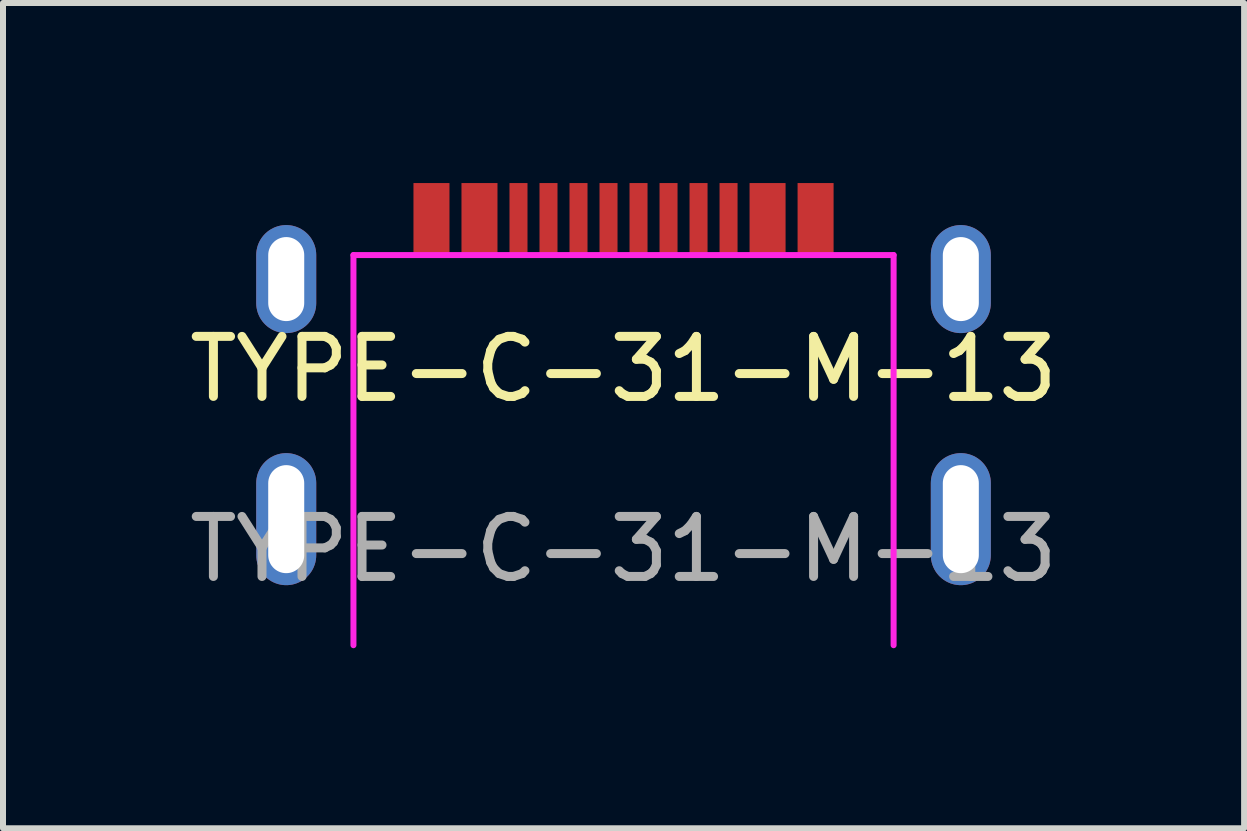
<source format=kicad_pcb>
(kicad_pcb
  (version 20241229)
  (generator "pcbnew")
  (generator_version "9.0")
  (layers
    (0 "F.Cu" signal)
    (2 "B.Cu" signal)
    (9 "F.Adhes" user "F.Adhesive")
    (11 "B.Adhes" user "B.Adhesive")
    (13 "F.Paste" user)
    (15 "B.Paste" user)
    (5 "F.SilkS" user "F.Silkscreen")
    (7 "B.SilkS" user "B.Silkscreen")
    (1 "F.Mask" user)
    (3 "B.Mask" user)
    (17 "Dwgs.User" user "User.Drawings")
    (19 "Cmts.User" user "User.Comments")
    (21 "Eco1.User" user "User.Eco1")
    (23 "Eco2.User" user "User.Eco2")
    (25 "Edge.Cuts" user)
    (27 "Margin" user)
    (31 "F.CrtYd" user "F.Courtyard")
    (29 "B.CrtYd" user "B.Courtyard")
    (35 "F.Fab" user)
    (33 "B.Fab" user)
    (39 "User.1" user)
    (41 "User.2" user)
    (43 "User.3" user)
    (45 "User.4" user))
  (footprint "TYPE-C-31-M-13"
    (layer "F.Cu")
    (at 7.339 3.6)
    (property "Reference" "TYPE-C-31-M-13" (at 0 -0.5 0) (unlocked yes) (layer "F.SilkS") (effects (font (size 1 1) (thickness 0.15))))
    (attr smd)
    (fp_line (start -4.5 -2.4) (end -4.5 4.1) (stroke (width 0.1) (type solid)) (layer "F.CrtYd"))
    (fp_line (start 4.5 -2.4) (end -4.5 -2.4) (stroke (width 0.1) (type solid)) (layer "F.CrtYd"))
    (fp_line (start 4.5 4.1) (end 4.5 -2.4) (stroke (width 0.1) (type solid)) (layer "F.CrtYd"))
    (fp_text user "${REFERENCE}" (at 0 2.5 0) (unlocked yes) (layer "F.Fab") (effects (font (size 1 1) (thickness 0.15))))
    (pad "A1" smd rect (at -3.2 -3) (size 0.6 1.2) (layers "F.Cu" "F.Mask" "F.Paste"))
    (pad "A1" smd rect (at 3.2 -3) (size 0.6 1.2) (layers "F.Cu" "F.Mask" "F.Paste"))
    (pad "A4" smd rect (at -2.4 -3) (size 0.6 1.2) (layers "F.Cu" "F.Mask" "F.Paste"))
    (pad "A4" smd rect (at 2.4 -3) (size 0.6 1.2) (layers "F.Cu" "F.Mask" "F.Paste"))
    (pad "A5" smd rect (at -1.25 -3) (size 0.3 1.2) (layers "F.Cu" "F.Mask" "F.Paste"))
    (pad "A6" smd rect (at -0.25 -3) (size 0.3 1.2) (layers "F.Cu" "F.Mask" "F.Paste"))
    (pad "A7" smd rect (at 0.25 -3) (size 0.3 1.2) (layers "F.Cu" "F.Mask" "F.Paste"))
    (pad "A8" smd rect (at 1.25 -3) (size 0.3 1.2) (layers "F.Cu" "F.Mask" "F.Paste"))
    (pad "B5" smd rect (at 1.75 -3) (size 0.3 1.2) (layers "F.Cu" "F.Mask" "F.Paste"))
    (pad "B6" smd rect (at 0.75 -3) (size 0.3 1.2) (layers "F.Cu" "F.Mask" "F.Paste"))
    (pad "B7" smd rect (at -0.75 -3) (size 0.3 1.2) (layers "F.Cu" "F.Mask" "F.Paste"))
    (pad "B8" smd rect (at -1.75 -3) (size 0.3 1.2) (layers "F.Cu" "F.Mask" "F.Paste"))
    (pad "S1" thru_hole oval (at -5.62 -2) (size 1 1.8) (drill oval 0.6 1.4) (layers "*.Cu" "*.Mask"))
    (pad "S1" thru_hole oval (at -5.62 2) (size 1 2.2) (drill oval 0.6 1.8) (layers "*.Cu" "*.Mask"))
    (pad "S1" thru_hole oval (at 5.62 -2) (size 1 1.8) (drill oval 0.6 1.4) (layers "*.Cu" "*.Mask"))
    (pad "S1" thru_hole oval (at 5.62 2) (size 1 2.2) (drill oval 0.6 1.8) (layers "*.Cu" "*.Mask")))
  (gr_rect
    (start -3 -3)
    (end 17.679 10.75)
    (stroke (width 0.1) (type default))
    (fill no)
    (layer "Edge.Cuts")))
</source>
